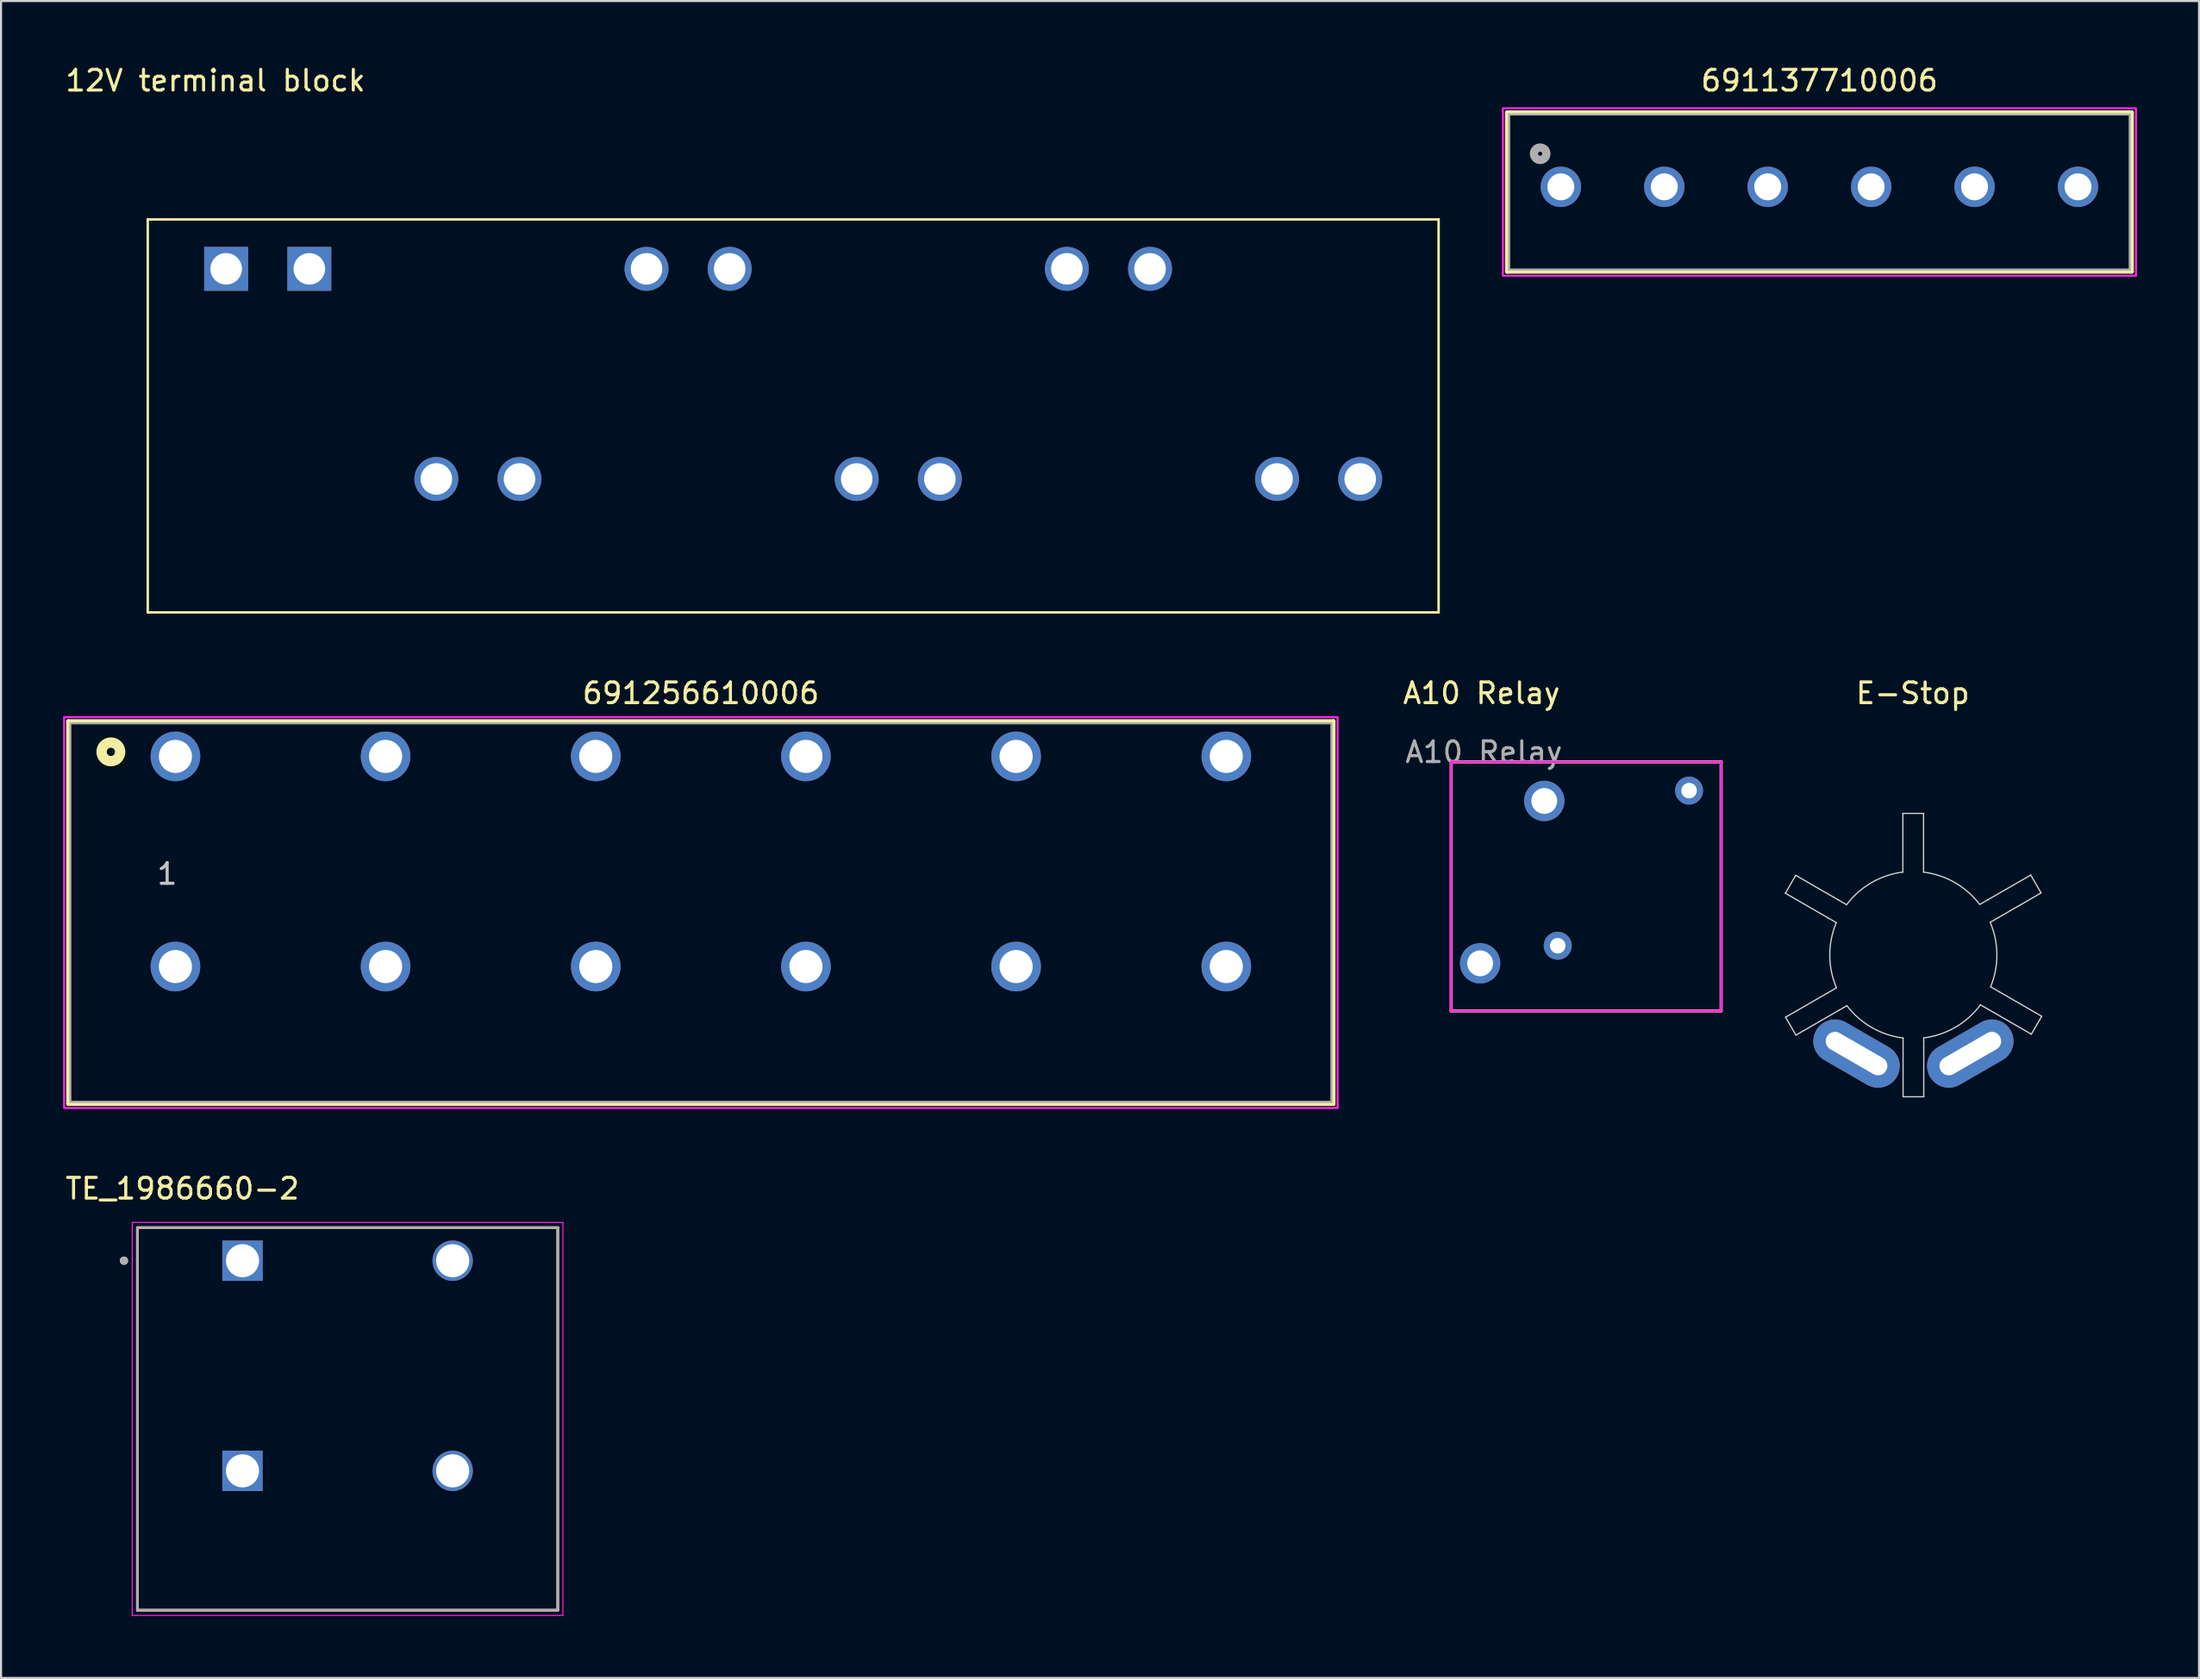
<source format=kicad_pcb>
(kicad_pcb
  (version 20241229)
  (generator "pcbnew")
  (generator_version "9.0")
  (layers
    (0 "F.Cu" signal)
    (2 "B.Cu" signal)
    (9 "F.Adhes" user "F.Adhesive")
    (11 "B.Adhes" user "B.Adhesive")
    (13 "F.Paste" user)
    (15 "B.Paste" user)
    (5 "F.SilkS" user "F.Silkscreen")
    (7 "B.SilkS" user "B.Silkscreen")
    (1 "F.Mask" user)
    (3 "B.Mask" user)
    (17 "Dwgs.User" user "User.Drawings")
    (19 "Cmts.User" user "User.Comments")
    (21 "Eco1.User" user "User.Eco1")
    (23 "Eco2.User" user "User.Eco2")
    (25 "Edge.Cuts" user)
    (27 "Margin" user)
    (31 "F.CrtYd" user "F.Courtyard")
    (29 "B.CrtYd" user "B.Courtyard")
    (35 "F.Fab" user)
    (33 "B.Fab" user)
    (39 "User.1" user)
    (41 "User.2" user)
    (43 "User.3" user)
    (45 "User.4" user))
  (footprint "TE_1986660-2"
    (layer "F.Cu")
    (at 8.673 57.905)
    (property "Reference" "TE_1986660-2" (at -2.905 -3.485 0) (layer "F.SilkS") (effects (font (size 1 1) (thickness 0.15))))
    (attr through_hole)
    (fp_line (start -5.08 16.9) (end -5.08 -1.6) (stroke (width 0.127) (type solid)) (layer "F.SilkS"))
    (fp_line (start 15.24 -1.6) (end -5.08 -1.6) (stroke (width 0.127) (type solid)) (layer "F.SilkS"))
    (fp_line (start 15.24 -1.6) (end 15.24 16.9) (stroke (width 0.127) (type solid)) (layer "F.SilkS"))
    (fp_line (start 15.24 16.9) (end -5.08 16.9) (stroke (width 0.127) (type solid)) (layer "F.SilkS"))
    (fp_circle (center -5.73 0) (end -5.63 0) (stroke (width 0.2) (type solid)) (fill no) (layer "F.SilkS"))
    (fp_line (start -5.33 -1.85) (end 15.49 -1.85) (stroke (width 0.05) (type solid)) (layer "F.CrtYd"))
    (fp_line (start -5.33 17.15) (end -5.33 -1.85) (stroke (width 0.05) (type solid)) (layer "F.CrtYd"))
    (fp_line (start 15.49 -1.85) (end 15.49 17.15) (stroke (width 0.05) (type solid)) (layer "F.CrtYd"))
    (fp_line (start 15.49 17.15) (end -5.33 17.15) (stroke (width 0.05) (type solid)) (layer "F.CrtYd"))
    (fp_line (start -5.08 -1.6) (end 15.24 -1.6) (stroke (width 0.127) (type solid)) (layer "F.Fab"))
    (fp_line (start -5.08 16.9) (end -5.08 -1.6) (stroke (width 0.127) (type solid)) (layer "F.Fab"))
    (fp_line (start -5.08 16.9) (end -5.08 16.9) (stroke (width 0.127) (type solid)) (layer "F.Fab"))
    (fp_line (start -5.08 16.9) (end 15.24 16.9) (stroke (width 0.127) (type solid)) (layer "F.Fab"))
    (fp_line (start 15.24 -1.6) (end 15.24 16.9) (stroke (width 0.127) (type solid)) (layer "F.Fab"))
    (fp_line (start 15.24 16.9) (end -5.08 16.9) (stroke (width 0.127) (type solid)) (layer "F.Fab"))
    (fp_line (start 15.24 16.9) (end 15.24 16.9) (stroke (width 0.127) (type solid)) (layer "F.Fab"))
    (fp_circle (center -5.73 0) (end -5.63 0) (stroke (width 0.2) (type solid)) (fill no) (layer "F.Fab"))
    (pad "1_1" thru_hole rect (at 0 0) (size 1.95 1.95) (drill 1.6) (layers "*.Cu" "*.Mask"))
    (pad "1_2" thru_hole rect (at 0 10.16) (size 1.95 1.95) (drill 1.6) (layers "*.Cu" "*.Mask"))
    (pad "2_1" thru_hole circle (at 10.16 0) (size 1.95 1.95) (drill 1.6) (layers "*.Cu" "*.Mask"))
    (pad "2_2" thru_hole circle (at 10.16 10.16) (size 1.95 1.95) (drill 1.6) (layers "*.Cu" "*.Mask")))
  (footprint "12V terminal block"
    (layer "F.Cu")
    (at 7.883 9.948)
    (property "Reference" "12V terminal block" (at -0.52 -9.1 0) (unlocked yes) (layer "F.SilkS") (effects (font (size 1 1) (thickness 0.15))))
    (attr through_hole)
    (fp_line (start -3.79 -2.39) (end -3.79 16.61) (stroke (width 0.12) (type solid)) (layer "F.SilkS"))
    (fp_line (start -3.79 16.61) (end 58.61 16.61) (stroke (width 0.12) (type solid)) (layer "F.SilkS"))
    (fp_line (start 58.61 -2.39) (end -3.79 -2.39) (stroke (width 0.12) (type solid)) (layer "F.SilkS"))
    (fp_line (start 58.61 16.61) (end 58.61 -2.39) (stroke (width 0.12) (type solid)) (layer "F.SilkS"))
    (fp_line (start -3.79 -2.39) (end -3.79 16.61) (stroke (width 0.06) (type solid)) (layer "Margin"))
    (fp_line (start -3.79 -2.39) (end 58.61 -2.39) (stroke (width 0.06) (type solid)) (layer "Margin"))
    (fp_line (start -3.79 16.61) (end 58.61 16.61) (stroke (width 0.06) (type solid)) (layer "Margin"))
    (fp_line (start 58.61 -2.39) (end 58.61 16.61) (stroke (width 0.06) (type solid)) (layer "Margin"))
    (pad "1" thru_hole rect (at 0 0) (size 2.124 2.124) (drill 1.524) (layers "*.Cu" "*.Mask"))
    (pad "1" thru_hole rect (at 4.02 0) (size 2.124 2.124) (drill 1.524) (layers "*.Cu" "*.Mask"))
    (pad "2" thru_hole circle (at 10.16 10.16) (size 2.124 2.124) (drill 1.524) (layers "*.Cu" "*.Mask"))
    (pad "2" thru_hole circle (at 14.18 10.16) (size 2.124 2.124) (drill 1.524) (layers "*.Cu" "*.Mask"))
    (pad "3" thru_hole circle (at 20.32 0) (size 2.124 2.124) (drill 1.524) (layers "*.Cu" "*.Mask"))
    (pad "3" thru_hole circle (at 24.34 0) (size 2.124 2.124) (drill 1.524) (layers "*.Cu" "*.Mask"))
    (pad "4" thru_hole circle (at 30.48 10.16) (size 2.124 2.124) (drill 1.524) (layers "*.Cu" "*.Mask"))
    (pad "4" thru_hole circle (at 34.5 10.16) (size 2.124 2.124) (drill 1.524) (layers "*.Cu" "*.Mask"))
    (pad "5" thru_hole circle (at 40.64 0) (size 2.124 2.124) (drill 1.524) (layers "*.Cu" "*.Mask"))
    (pad "5" thru_hole circle (at 44.66 0) (size 2.124 2.124) (drill 1.524) (layers "*.Cu" "*.Mask"))
    (pad "6" thru_hole circle (at 50.8 10.16) (size 2.124 2.124) (drill 1.524) (layers "*.Cu" "*.Mask"))
    (pad "6" thru_hole circle (at 54.82 10.16) (size 2.124 2.124) (drill 1.524) (layers "*.Cu" "*.Mask")))
  (footprint "691137710006"
    (layer "F.Cu")
    (at 84.903 5.983)
    (property "Reference" "691137710006" (at 0 -5.135 0) (layer "F.SilkS") (effects (font (size 1 1) (thickness 0.15))))
    (attr through_hole)
    (fp_line (start -15.1 -3.6) (end 15.1 -3.6) (stroke (width 0.2) (type solid)) (layer "F.SilkS"))
    (fp_line (start -15.1 4.1) (end -15.1 -3.6) (stroke (width 0.2) (type solid)) (layer "F.SilkS"))
    (fp_line (start 15.1 -3.6) (end 15.1 4.1) (stroke (width 0.2) (type solid)) (layer "F.SilkS"))
    (fp_line (start 15.1 4.1) (end -15.1 4.1) (stroke (width 0.2) (type solid)) (layer "F.SilkS"))
    (fp_poly (pts (xy -15.3 -3.8) (xy 15.3 -3.8) (xy 15.3 4.3) (xy -15.3 4.3)) (stroke (width 0.1) (type solid)) (fill no) (layer "F.CrtYd"))
    (fp_line (start -15 -3.5) (end 15 -3.5) (stroke (width 0.1) (type solid)) (layer "F.Fab"))
    (fp_line (start -15 4) (end -15 -3.5) (stroke (width 0.1) (type solid)) (layer "F.Fab"))
    (fp_line (start 15 -3.5) (end 15 4) (stroke (width 0.1) (type solid)) (layer "F.Fab"))
    (fp_line (start 15 4) (end -15 4) (stroke (width 0.1) (type solid)) (layer "F.Fab"))
    (fp_circle (center -13.5 -1.6) (end -13.4 -1.6) (stroke (width 0.4) (type solid)) (fill no) (layer "F.Fab"))
    (pad "1" thru_hole circle (at -12.5 0) (size 1.95 1.95) (drill 1.3) (layers "*.Cu" "*.Mask"))
    (pad "2" thru_hole circle (at -7.5 0) (size 1.95 1.95) (drill 1.3) (layers "*.Cu" "*.Mask"))
    (pad "3" thru_hole circle (at -2.5 0) (size 1.95 1.95) (drill 1.3) (layers "*.Cu" "*.Mask"))
    (pad "4" thru_hole circle (at 2.5 0) (size 1.95 1.95) (drill 1.3) (layers "*.Cu" "*.Mask"))
    (pad "5" thru_hole circle (at 7.5 0) (size 1.95 1.95) (drill 1.3) (layers "*.Cu" "*.Mask"))
    (pad "6" thru_hole circle (at 12.5 0) (size 1.95 1.95) (drill 1.3) (layers "*.Cu" "*.Mask")))
  (footprint "A10 Relay"
    (layer "F.Cu")
    (at 68.501 35.676)
    (property "Reference" "A10 Relay" (at 0.07 -5.21 0) (unlocked yes) (layer "F.SilkS") (effects (font (size 1 1) (thickness 0.15))))
    (attr through_hole)
    (fp_line (start -1.4 -1.89) (end -1.4 10.15) (stroke (width 0.15) (type solid)) (layer "F.SilkS"))
    (fp_line (start -1.4 -1.89) (end 11.65 -1.89) (stroke (width 0.15) (type solid)) (layer "F.SilkS"))
    (fp_line (start -1.4 10.15) (end 11.65 10.15) (stroke (width 0.15) (type solid)) (layer "F.SilkS"))
    (fp_line (start 11.65 -1.89) (end 11.65 10.15) (stroke (width 0.15) (type solid)) (layer "F.SilkS"))
    (fp_line (start -1.4 -1.89) (end -1.4 10.15) (stroke (width 0.12) (type solid)) (layer "F.CrtYd"))
    (fp_line (start -1.4 -1.89) (end 11.65 -1.89) (stroke (width 0.12) (type solid)) (layer "F.CrtYd"))
    (fp_line (start -1.4 10.15) (end 11.65 10.15) (stroke (width 0.12) (type solid)) (layer "F.CrtYd"))
    (fp_line (start 11.65 -1.89) (end 11.65 10.15) (stroke (width 0.12) (type solid)) (layer "F.CrtYd"))
    (fp_text user "${REFERENCE}" (at 0.18 -2.36 0) (unlocked yes) (layer "F.Fab") (effects (font (size 1 1) (thickness 0.15))))
    (pad "1" thru_hole circle (at 0 7.85) (size 1.95 1.95) (drill 1.25) (layers "*.Cu" "*.Mask"))
    (pad "2" thru_hole circle (at 3.75 7) (size 1.35 1.35) (drill 0.75) (layers "*.Cu" "*.Mask"))
    (pad "3" thru_hole circle (at 10.1 -0.5) (size 1.35 1.35) (drill 0.75) (layers "*.Cu" "*.Mask"))
    (pad "4" thru_hole circle (at 3.1 0) (size 1.95 1.95) (drill 1.25) (layers "*.Cu" "*.Mask")))
  (footprint "E-Stop"
    (layer "F.Cu")
    (at 89.446 43.127)
    (property "Reference" "E-Stop" (at -0.03 -12.66 0) (unlocked yes) (layer "F.SilkS") (effects (font (size 1 1) (thickness 0.15))))
    (attr through_hole)
    (fp_line (start -6.19 -2.989) (end -4.129 -1.799) (stroke (width 0.06) (type solid)) (layer "Edge.Cuts"))
    (fp_line (start -6.18 3.004) (end -5.68 3.87) (stroke (width 0.06) (type solid)) (layer "Edge.Cuts"))
    (fp_line (start -6.18 3.004) (end -4.118 1.814) (stroke (width 0.06) (type solid)) (layer "Edge.Cuts"))
    (fp_line (start -5.69 -3.855) (end -6.19 -2.989) (stroke (width 0.06) (type solid)) (layer "Edge.Cuts"))
    (fp_line (start -5.69 -3.855) (end -3.629 -2.665) (stroke (width 0.06) (type solid)) (layer "Edge.Cuts"))
    (fp_line (start -5.68 3.87) (end -3.618 2.68) (stroke (width 0.06) (type solid)) (layer "Edge.Cuts"))
    (fp_line (start -4.129 -1.799) (end -3.731 -1.569) (stroke (width 0.06) (type solid)) (layer "Edge.Cuts"))
    (fp_line (start -3.72 1.584) (end -4.118 1.814) (stroke (width 0.06) (type solid)) (layer "Edge.Cuts"))
    (fp_line (start -3.618 2.68) (end -3.22 2.45) (stroke (width 0.06) (type solid)) (layer "Edge.Cuts"))
    (fp_line (start -3.231 -2.435) (end -3.629 -2.665) (stroke (width 0.06) (type solid)) (layer "Edge.Cuts"))
    (fp_line (start -0.51 -6.85) (end -0.51 -4.47) (stroke (width 0.06) (type solid)) (layer "Edge.Cuts"))
    (fp_line (start -0.51 -4.47) (end -0.51 -4.01) (stroke (width 0.06) (type solid)) (layer "Edge.Cuts"))
    (fp_line (start -0.5 4.01) (end -0.5 4.47) (stroke (width 0.06) (type solid)) (layer "Edge.Cuts"))
    (fp_line (start -0.5 6.85) (end -0.5 4.47) (stroke (width 0.06) (type solid)) (layer "Edge.Cuts"))
    (fp_line (start -0.5 6.85) (end 0.5 6.85) (stroke (width 0.06) (type solid)) (layer "Edge.Cuts"))
    (fp_line (start 0.49 -6.85) (end -0.51 -6.85) (stroke (width 0.06) (type solid)) (layer "Edge.Cuts"))
    (fp_line (start 0.49 -6.85) (end 0.49 -4.47) (stroke (width 0.06) (type solid)) (layer "Edge.Cuts"))
    (fp_line (start 0.49 -4.01) (end 0.49 -4.47) (stroke (width 0.06) (type solid)) (layer "Edge.Cuts"))
    (fp_line (start 0.5 4.47) (end 0.5 4.01) (stroke (width 0.06) (type solid)) (layer "Edge.Cuts"))
    (fp_line (start 0.5 6.85) (end 0.5 4.47) (stroke (width 0.06) (type solid)) (layer "Edge.Cuts"))
    (fp_line (start 3.242 2.406) (end 3.64 2.636) (stroke (width 0.06) (type solid)) (layer "Edge.Cuts"))
    (fp_line (start 3.61 -2.68) (end 3.212 -2.45) (stroke (width 0.06) (type solid)) (layer "Edge.Cuts"))
    (fp_line (start 3.712 -1.584) (end 4.11 -1.814) (stroke (width 0.06) (type solid)) (layer "Edge.Cuts"))
    (fp_line (start 4.14 1.77) (end 3.742 1.54) (stroke (width 0.06) (type solid)) (layer "Edge.Cuts"))
    (fp_line (start 5.671 -3.87) (end 3.61 -2.68) (stroke (width 0.06) (type solid)) (layer "Edge.Cuts"))
    (fp_line (start 5.701 3.826) (end 3.64 2.636) (stroke (width 0.06) (type solid)) (layer "Edge.Cuts"))
    (fp_line (start 5.701 3.826) (end 6.201 2.96) (stroke (width 0.06) (type solid)) (layer "Edge.Cuts"))
    (fp_line (start 6.171 -3.004) (end 4.11 -1.814) (stroke (width 0.06) (type solid)) (layer "Edge.Cuts"))
    (fp_line (start 6.171 -3.004) (end 5.671 -3.87) (stroke (width 0.06) (type solid)) (layer "Edge.Cuts"))
    (fp_line (start 6.201 2.96) (end 4.14 1.77) (stroke (width 0.06) (type solid)) (layer "Edge.Cuts"))
    (fp_arc (start -3.719999 1.583974) (mid -4.04337 0.00901) (end -3.727022 -1.567379) (stroke (width 0.06) (type solid)) (layer "Edge.Cuts"))
    (fp_arc (start -3.230814 -2.435) (mid -2.030101 -3.499048) (end -0.510424 -4.013334) (stroke (width 0.06) (type solid)) (layer "Edge.Cuts"))
    (fp_arc (start -0.5 4.009999) (mid -2.015575 3.502291) (end -3.215984 2.446945) (stroke (width 0.06) (type solid)) (layer "Edge.Cuts"))
    (fp_arc (start 0.49 -4.01) (mid 2.006667 -3.503425) (end 3.205756 -2.445557) (stroke (width 0.06) (type solid)) (layer "Edge.Cuts"))
    (fp_arc (start 3.241628 2.406026) (mid 2.034406 3.486803) (end 0.499495 4.005948) (stroke (width 0.06) (type solid)) (layer "Edge.Cuts"))
    (fp_arc (start 3.711628 -1.583974) (mid 4.035529 -0.026043) (end 3.731762 1.535939) (stroke (width 0.06) (type solid)) (layer "Edge.Cuts"))
    (pad "1" thru_hole oval (at -2.75 4.763 330) (size 4.5 2.1) (drill oval 3.3 0.9) (layers "*.Cu" "*.Mask"))
    (pad "2" thru_hole oval (at 2.75 4.763 30) (size 4.5 2.1) (drill oval 3.3 0.9) (layers "*.Cu" "*.Mask")))
  (footprint "691256610006"
    (layer "F.Cu")
    (at 30.83 38.602)
    (property "Reference" "691256610006" (at 0 -8.135 0) (layer "F.SilkS") (effects (font (size 1 1) (thickness 0.15))))
    (attr through_hole)
    (fp_line (start -30.58 -6.78) (end 30.58 -6.78) (stroke (width 0.2) (type solid)) (layer "F.SilkS"))
    (fp_line (start -30.58 11.72) (end -30.58 -6.78) (stroke (width 0.2) (type solid)) (layer "F.SilkS"))
    (fp_line (start 30.58 -6.78) (end 30.58 11.72) (stroke (width 0.2) (type solid)) (layer "F.SilkS"))
    (fp_line (start 30.58 11.72) (end -30.58 11.72) (stroke (width 0.2) (type solid)) (layer "F.SilkS"))
    (fp_circle (center -28.52 -5.3) (end -28.32 -5.3) (stroke (width 0.5) (type solid)) (fill no) (layer "F.SilkS"))
    (fp_poly (pts (xy -30.78 -6.98) (xy 30.78 -6.98) (xy 30.78 11.92) (xy -30.78 11.92)) (stroke (width 0.1) (type solid)) (fill no) (layer "F.CrtYd"))
    (fp_line (start -30.48 -6.68) (end 30.48 -6.68) (stroke (width 0.1) (type solid)) (layer "F.Fab"))
    (fp_line (start -30.48 11.62) (end -30.48 -6.68) (stroke (width 0.1) (type solid)) (layer "F.Fab"))
    (fp_line (start 30.48 -6.68) (end 30.48 11.62) (stroke (width 0.1) (type solid)) (layer "F.Fab"))
    (fp_line (start 30.48 11.62) (end -30.48 11.62) (stroke (width 0.1) (type solid)) (layer "F.Fab"))
    (fp_text user "1" (at -25.8 0.6 0) (layer "Dwgs.User") (effects (font (size 1 1) (thickness 0.15))))
    (pad "1" thru_hole circle (at -25.4 -5.08) (size 2.4 2.4) (drill 1.6) (layers "*.Cu" "*.Mask"))
    (pad "2" thru_hole circle (at -15.24 -5.08) (size 2.4 2.4) (drill 1.6) (layers "*.Cu" "*.Mask"))
    (pad "3" thru_hole circle (at -5.08 -5.08) (size 2.4 2.4) (drill 1.6) (layers "*.Cu" "*.Mask"))
    (pad "4" thru_hole circle (at 5.08 -5.08) (size 2.4 2.4) (drill 1.6) (layers "*.Cu" "*.Mask"))
    (pad "5" thru_hole circle (at 15.24 -5.08) (size 2.4 2.4) (drill 1.6) (layers "*.Cu" "*.Mask"))
    (pad "6" thru_hole circle (at 25.4 -5.08) (size 2.4 2.4) (drill 1.6) (layers "*.Cu" "*.Mask"))
    (pad "A1" thru_hole circle (at -25.4 5.08) (size 2.4 2.4) (drill 1.6) (layers "*.Cu" "*.Mask"))
    (pad "A2" thru_hole circle (at -15.24 5.08) (size 2.4 2.4) (drill 1.6) (layers "*.Cu" "*.Mask"))
    (pad "A3" thru_hole circle (at -5.08 5.08) (size 2.4 2.4) (drill 1.6) (layers "*.Cu" "*.Mask"))
    (pad "A4" thru_hole circle (at 5.08 5.08) (size 2.4 2.4) (drill 1.6) (layers "*.Cu" "*.Mask"))
    (pad "A5" thru_hole circle (at 15.24 5.08) (size 2.4 2.4) (drill 1.6) (layers "*.Cu" "*.Mask"))
    (pad "A6" thru_hole circle (at 25.4 5.08) (size 2.4 2.4) (drill 1.6) (layers "*.Cu" "*.Mask")))
  (gr_rect
    (start -3 -3)
    (end 103.253 78.08)
    (stroke (width 0.1) (type default))
    (fill no)
    (layer "Edge.Cuts")))
</source>
